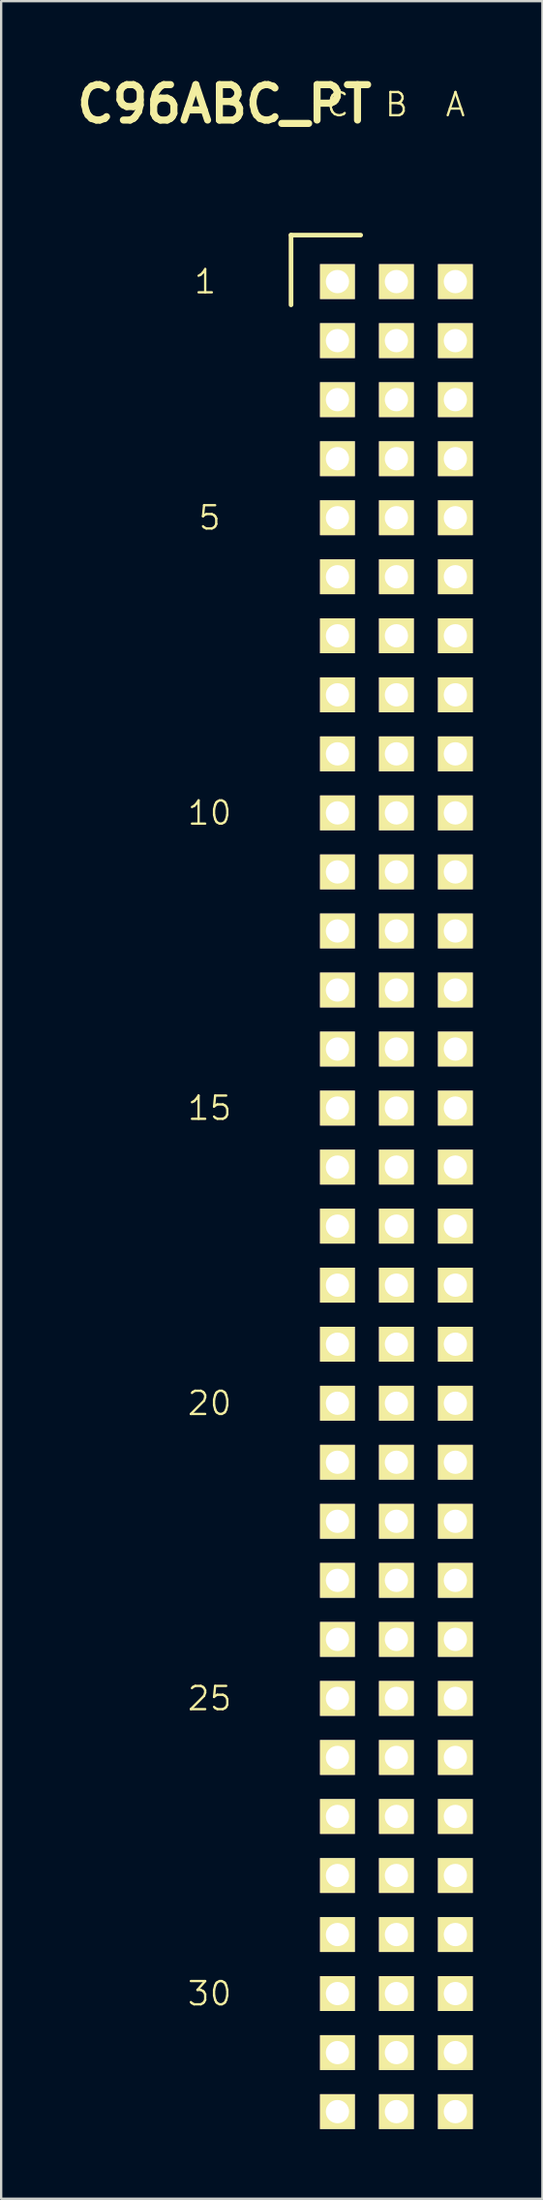
<source format=kicad_pcb>
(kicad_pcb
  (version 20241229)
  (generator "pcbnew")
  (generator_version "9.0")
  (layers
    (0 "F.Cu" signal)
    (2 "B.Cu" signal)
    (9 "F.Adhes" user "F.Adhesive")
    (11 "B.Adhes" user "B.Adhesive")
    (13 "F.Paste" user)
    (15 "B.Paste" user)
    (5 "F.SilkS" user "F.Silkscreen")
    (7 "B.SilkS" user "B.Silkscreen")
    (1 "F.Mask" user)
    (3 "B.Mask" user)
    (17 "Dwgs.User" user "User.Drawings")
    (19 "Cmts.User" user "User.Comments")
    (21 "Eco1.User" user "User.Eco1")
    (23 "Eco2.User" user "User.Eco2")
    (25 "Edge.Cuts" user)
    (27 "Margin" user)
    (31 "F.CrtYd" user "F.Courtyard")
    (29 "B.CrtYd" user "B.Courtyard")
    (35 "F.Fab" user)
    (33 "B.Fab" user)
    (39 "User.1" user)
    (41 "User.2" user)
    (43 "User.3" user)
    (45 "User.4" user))
  (footprint "C96ABC_PT"
    (layer "F.Cu")
    (at 11.488 9.066)
    (property "Reference" "C96ABC_PT" (at -4.869 -7.64 180) (layer "F.SilkS") (effects (font (size 1.524 1.524) (thickness 0.305))))
    (attr through_hole)
    (fp_line (start -2 -2) (end -2 1) (stroke (width 0.2) (type solid)) (layer "F.SilkS"))
    (fp_line (start 1 -2) (end -2 -2) (stroke (width 0.2) (type solid)) (layer "F.SilkS"))
    (fp_text user "5" (at -5.507 10.164 0) (layer "F.SilkS") (effects (font (size 1 1) (thickness 0.1))))
    (fp_text user "1" (at -5.697 0.004 0) (layer "F.SilkS") (effects (font (size 1 1) (thickness 0.1))))
    (fp_text user "A" (at 5.083 -7.616 0) (layer "F.SilkS") (effects (font (size 1 1) (thickness 0.1))))
    (fp_text user "B" (at 2.543 -7.616 0) (layer "F.SilkS") (effects (font (size 1 1) (thickness 0.1))))
    (fp_text user "20" (at -5.507 48.264 0) (layer "F.SilkS") (effects (font (size 1 1) (thickness 0.1))))
    (fp_text user "C" (at 0.003 -7.616 0) (layer "F.SilkS") (effects (font (size 1 1) (thickness 0.1))))
    (fp_text user "30" (at -5.507 73.664 0) (layer "F.SilkS") (effects (font (size 1 1) (thickness 0.1))))
    (fp_text user "10" (at -5.507 22.864 0) (layer "F.SilkS") (effects (font (size 1 1) (thickness 0.1))))
    (fp_text user "25" (at -5.507 60.964 0) (layer "F.SilkS") (effects (font (size 1 1) (thickness 0.1))))
    (fp_text user "15" (at -5.507 35.564 0) (layer "F.SilkS") (effects (font (size 1 1) (thickness 0.1))))
    (pad "A1" thru_hole rect (at 5.08 0) (size 1.5 1.5) (drill 1) (layers "*.Cu" "*.Mask" "F.SilkS"))
    (pad "A2" thru_hole rect (at 5.08 2.54) (size 1.5 1.5) (drill 1) (layers "*.Cu" "*.Mask" "F.SilkS"))
    (pad "A3" thru_hole rect (at 5.08 5.08) (size 1.5 1.5) (drill 1) (layers "*.Cu" "*.Mask" "F.SilkS"))
    (pad "A4" thru_hole rect (at 5.08 7.62) (size 1.5 1.5) (drill 1) (layers "*.Cu" "*.Mask" "F.SilkS"))
    (pad "A5" thru_hole rect (at 5.08 10.16) (size 1.5 1.5) (drill 1) (layers "*.Cu" "*.Mask" "F.SilkS"))
    (pad "A6" thru_hole rect (at 5.08 12.7) (size 1.5 1.5) (drill 1) (layers "*.Cu" "*.Mask" "F.SilkS"))
    (pad "A7" thru_hole rect (at 5.08 15.24) (size 1.5 1.5) (drill 1) (layers "*.Cu" "*.Mask" "F.SilkS"))
    (pad "A8" thru_hole rect (at 5.08 17.78) (size 1.5 1.5) (drill 1) (layers "*.Cu" "*.Mask" "F.SilkS"))
    (pad "A9" thru_hole rect (at 5.08 20.32) (size 1.5 1.5) (drill 1) (layers "*.Cu" "*.Mask" "F.SilkS"))
    (pad "A10" thru_hole rect (at 5.08 22.86) (size 1.5 1.5) (drill 1) (layers "*.Cu" "*.Mask" "F.SilkS"))
    (pad "A11" thru_hole rect (at 5.08 25.4) (size 1.5 1.5) (drill 1) (layers "*.Cu" "*.Mask" "F.SilkS"))
    (pad "A12" thru_hole rect (at 5.08 27.94) (size 1.5 1.5) (drill 1) (layers "*.Cu" "*.Mask" "F.SilkS"))
    (pad "A13" thru_hole rect (at 5.08 30.48) (size 1.5 1.5) (drill 1) (layers "*.Cu" "*.Mask" "F.SilkS"))
    (pad "A14" thru_hole rect (at 5.08 33.02) (size 1.5 1.5) (drill 1) (layers "*.Cu" "*.Mask" "F.SilkS"))
    (pad "A15" thru_hole rect (at 5.08 35.56) (size 1.5 1.5) (drill 1) (layers "*.Cu" "*.Mask" "F.SilkS"))
    (pad "A16" thru_hole rect (at 5.08 38.1) (size 1.5 1.5) (drill 1) (layers "*.Cu" "*.Mask" "F.SilkS"))
    (pad "A17" thru_hole rect (at 5.08 40.64) (size 1.5 1.5) (drill 1) (layers "*.Cu" "*.Mask" "F.SilkS"))
    (pad "A18" thru_hole rect (at 5.08 43.18) (size 1.5 1.5) (drill 1) (layers "*.Cu" "*.Mask" "F.SilkS"))
    (pad "A19" thru_hole rect (at 5.08 45.72) (size 1.5 1.5) (drill 1) (layers "*.Cu" "*.Mask" "F.SilkS"))
    (pad "A20" thru_hole rect (at 5.08 48.26) (size 1.5 1.5) (drill 1) (layers "*.Cu" "*.Mask" "F.SilkS"))
    (pad "A21" thru_hole rect (at 5.08 50.8) (size 1.5 1.5) (drill 1) (layers "*.Cu" "*.Mask" "F.SilkS"))
    (pad "A22" thru_hole rect (at 5.08 53.34) (size 1.5 1.5) (drill 1) (layers "*.Cu" "*.Mask" "F.SilkS"))
    (pad "A23" thru_hole rect (at 5.08 55.88) (size 1.5 1.5) (drill 1) (layers "*.Cu" "*.Mask" "F.SilkS"))
    (pad "A24" thru_hole rect (at 5.08 58.42) (size 1.5 1.5) (drill 1) (layers "*.Cu" "*.Mask" "F.SilkS"))
    (pad "A25" thru_hole rect (at 5.08 60.96) (size 1.5 1.5) (drill 1) (layers "*.Cu" "*.Mask" "F.SilkS"))
    (pad "A26" thru_hole rect (at 5.08 63.5) (size 1.5 1.5) (drill 1) (layers "*.Cu" "*.Mask" "F.SilkS"))
    (pad "A27" thru_hole rect (at 5.08 66.04) (size 1.5 1.5) (drill 1) (layers "*.Cu" "*.Mask" "F.SilkS"))
    (pad "A28" thru_hole rect (at 5.08 68.58) (size 1.5 1.5) (drill 1) (layers "*.Cu" "*.Mask" "F.SilkS"))
    (pad "A29" thru_hole rect (at 5.08 71.12) (size 1.5 1.5) (drill 1) (layers "*.Cu" "*.Mask" "F.SilkS"))
    (pad "A30" thru_hole rect (at 5.08 73.66) (size 1.5 1.5) (drill 1) (layers "*.Cu" "*.Mask" "F.SilkS"))
    (pad "A31" thru_hole rect (at 5.08 76.2) (size 1.5 1.5) (drill 1) (layers "*.Cu" "*.Mask" "F.SilkS"))
    (pad "A32" thru_hole rect (at 5.08 78.74) (size 1.5 1.5) (drill 1) (layers "*.Cu" "*.Mask" "F.SilkS"))
    (pad "B1" thru_hole rect (at 2.54 0) (size 1.5 1.5) (drill 1) (layers "*.Cu" "*.Mask" "F.SilkS"))
    (pad "B2" thru_hole rect (at 2.54 2.54) (size 1.5 1.5) (drill 1) (layers "*.Cu" "*.Mask" "F.SilkS"))
    (pad "B3" thru_hole rect (at 2.54 5.08) (size 1.5 1.5) (drill 1) (layers "*.Cu" "*.Mask" "F.SilkS"))
    (pad "B4" thru_hole rect (at 2.54 7.62) (size 1.5 1.5) (drill 1) (layers "*.Cu" "*.Mask" "F.SilkS"))
    (pad "B5" thru_hole rect (at 2.54 10.16) (size 1.5 1.5) (drill 1) (layers "*.Cu" "*.Mask" "F.SilkS"))
    (pad "B6" thru_hole rect (at 2.54 12.7) (size 1.5 1.5) (drill 1) (layers "*.Cu" "*.Mask" "F.SilkS"))
    (pad "B7" thru_hole rect (at 2.54 15.24) (size 1.5 1.5) (drill 1) (layers "*.Cu" "*.Mask" "F.SilkS"))
    (pad "B8" thru_hole rect (at 2.54 17.78) (size 1.5 1.5) (drill 1) (layers "*.Cu" "*.Mask" "F.SilkS"))
    (pad "B9" thru_hole rect (at 2.54 20.32) (size 1.5 1.5) (drill 1) (layers "*.Cu" "*.Mask" "F.SilkS"))
    (pad "B10" thru_hole rect (at 2.54 22.86) (size 1.5 1.5) (drill 1) (layers "*.Cu" "*.Mask" "F.SilkS"))
    (pad "B11" thru_hole rect (at 2.54 25.4) (size 1.5 1.5) (drill 1) (layers "*.Cu" "*.Mask" "F.SilkS"))
    (pad "B12" thru_hole rect (at 2.54 27.94) (size 1.5 1.5) (drill 1) (layers "*.Cu" "*.Mask" "F.SilkS"))
    (pad "B13" thru_hole rect (at 2.54 30.48) (size 1.5 1.5) (drill 1) (layers "*.Cu" "*.Mask" "F.SilkS"))
    (pad "B14" thru_hole rect (at 2.54 33.02) (size 1.5 1.5) (drill 1) (layers "*.Cu" "*.Mask" "F.SilkS"))
    (pad "B15" thru_hole rect (at 2.54 35.56) (size 1.5 1.5) (drill 1) (layers "*.Cu" "*.Mask" "F.SilkS"))
    (pad "B16" thru_hole rect (at 2.54 38.1) (size 1.5 1.5) (drill 1) (layers "*.Cu" "*.Mask" "F.SilkS"))
    (pad "B17" thru_hole rect (at 2.54 40.64) (size 1.5 1.5) (drill 1) (layers "*.Cu" "*.Mask" "F.SilkS"))
    (pad "B18" thru_hole rect (at 2.54 43.18) (size 1.5 1.5) (drill 1) (layers "*.Cu" "*.Mask" "F.SilkS"))
    (pad "B19" thru_hole rect (at 2.54 45.72) (size 1.5 1.5) (drill 1) (layers "*.Cu" "*.Mask" "F.SilkS"))
    (pad "B20" thru_hole rect (at 2.54 48.26) (size 1.5 1.5) (drill 1) (layers "*.Cu" "*.Mask" "F.SilkS"))
    (pad "B21" thru_hole rect (at 2.54 50.8) (size 1.5 1.5) (drill 1) (layers "*.Cu" "*.Mask" "F.SilkS"))
    (pad "B22" thru_hole rect (at 2.54 53.34) (size 1.5 1.5) (drill 1) (layers "*.Cu" "*.Mask" "F.SilkS"))
    (pad "B23" thru_hole rect (at 2.54 55.88) (size 1.5 1.5) (drill 1) (layers "*.Cu" "*.Mask" "F.SilkS"))
    (pad "B24" thru_hole rect (at 2.54 58.42) (size 1.5 1.5) (drill 1) (layers "*.Cu" "*.Mask" "F.SilkS"))
    (pad "B25" thru_hole rect (at 2.54 60.96) (size 1.5 1.5) (drill 1) (layers "*.Cu" "*.Mask" "F.SilkS"))
    (pad "B26" thru_hole rect (at 2.54 63.5) (size 1.5 1.5) (drill 1) (layers "*.Cu" "*.Mask" "F.SilkS"))
    (pad "B27" thru_hole rect (at 2.54 66.04) (size 1.5 1.5) (drill 1) (layers "*.Cu" "*.Mask" "F.SilkS"))
    (pad "B28" thru_hole rect (at 2.54 68.58) (size 1.5 1.5) (drill 1) (layers "*.Cu" "*.Mask" "F.SilkS"))
    (pad "B29" thru_hole rect (at 2.54 71.12) (size 1.5 1.5) (drill 1) (layers "*.Cu" "*.Mask" "F.SilkS"))
    (pad "B30" thru_hole rect (at 2.54 73.66) (size 1.5 1.5) (drill 1) (layers "*.Cu" "*.Mask" "F.SilkS"))
    (pad "B31" thru_hole rect (at 2.54 76.2) (size 1.5 1.5) (drill 1) (layers "*.Cu" "*.Mask" "F.SilkS"))
    (pad "B32" thru_hole rect (at 2.54 78.74) (size 1.5 1.5) (drill 1) (layers "*.Cu" "*.Mask" "F.SilkS"))
    (pad "C1" thru_hole rect (at 0 0) (size 1.5 1.5) (drill 1) (layers "*.Cu" "*.Mask" "F.SilkS"))
    (pad "C2" thru_hole rect (at 0 2.54) (size 1.5 1.5) (drill 1) (layers "*.Cu" "*.Mask" "F.SilkS"))
    (pad "C3" thru_hole rect (at 0 5.08) (size 1.5 1.5) (drill 1) (layers "*.Cu" "*.Mask" "F.SilkS"))
    (pad "C4" thru_hole rect (at 0 7.62) (size 1.5 1.5) (drill 1) (layers "*.Cu" "*.Mask" "F.SilkS"))
    (pad "C5" thru_hole rect (at 0 10.16) (size 1.5 1.5) (drill 1) (layers "*.Cu" "*.Mask" "F.SilkS"))
    (pad "C6" thru_hole rect (at 0 12.7) (size 1.5 1.5) (drill 1) (layers "*.Cu" "*.Mask" "F.SilkS"))
    (pad "C7" thru_hole rect (at 0 15.24) (size 1.5 1.5) (drill 1) (layers "*.Cu" "*.Mask" "F.SilkS"))
    (pad "C8" thru_hole rect (at 0 17.78) (size 1.5 1.5) (drill 1) (layers "*.Cu" "*.Mask" "F.SilkS"))
    (pad "C9" thru_hole rect (at 0 20.32) (size 1.5 1.5) (drill 1) (layers "*.Cu" "*.Mask" "F.SilkS"))
    (pad "C10" thru_hole rect (at 0 22.86) (size 1.5 1.5) (drill 1) (layers "*.Cu" "*.Mask" "F.SilkS"))
    (pad "C11" thru_hole rect (at 0 25.4) (size 1.5 1.5) (drill 1) (layers "*.Cu" "*.Mask" "F.SilkS"))
    (pad "C12" thru_hole rect (at 0 27.94) (size 1.5 1.5) (drill 1) (layers "*.Cu" "*.Mask" "F.SilkS"))
    (pad "C13" thru_hole rect (at 0 30.48) (size 1.5 1.5) (drill 1) (layers "*.Cu" "*.Mask" "F.SilkS"))
    (pad "C14" thru_hole rect (at 0 33.02) (size 1.5 1.5) (drill 1) (layers "*.Cu" "*.Mask" "F.SilkS"))
    (pad "C15" thru_hole rect (at 0 35.56) (size 1.5 1.5) (drill 1) (layers "*.Cu" "*.Mask" "F.SilkS"))
    (pad "C16" thru_hole rect (at 0 38.1) (size 1.5 1.5) (drill 1) (layers "*.Cu" "*.Mask" "F.SilkS"))
    (pad "C17" thru_hole rect (at 0 40.64) (size 1.5 1.5) (drill 1) (layers "*.Cu" "*.Mask" "F.SilkS"))
    (pad "C18" thru_hole rect (at 0 43.18) (size 1.5 1.5) (drill 1) (layers "*.Cu" "*.Mask" "F.SilkS"))
    (pad "C19" thru_hole rect (at 0 45.72) (size 1.5 1.5) (drill 1) (layers "*.Cu" "*.Mask" "F.SilkS"))
    (pad "C20" thru_hole rect (at 0 48.26) (size 1.5 1.5) (drill 1) (layers "*.Cu" "*.Mask" "F.SilkS"))
    (pad "C21" thru_hole rect (at 0 50.8) (size 1.5 1.5) (drill 1) (layers "*.Cu" "*.Mask" "F.SilkS"))
    (pad "C22" thru_hole rect (at 0 53.34) (size 1.5 1.5) (drill 1) (layers "*.Cu" "*.Mask" "F.SilkS"))
    (pad "C23" thru_hole rect (at 0 55.88) (size 1.5 1.5) (drill 1) (layers "*.Cu" "*.Mask" "F.SilkS"))
    (pad "C24" thru_hole rect (at 0 58.42) (size 1.5 1.5) (drill 1) (layers "*.Cu" "*.Mask" "F.SilkS"))
    (pad "C25" thru_hole rect (at 0 60.96) (size 1.5 1.5) (drill 1) (layers "*.Cu" "*.Mask" "F.SilkS"))
    (pad "C26" thru_hole rect (at 0 63.5) (size 1.5 1.5) (drill 1) (layers "*.Cu" "*.Mask" "F.SilkS"))
    (pad "C27" thru_hole rect (at 0 66.04) (size 1.5 1.5) (drill 1) (layers "*.Cu" "*.Mask" "F.SilkS"))
    (pad "C28" thru_hole rect (at 0 68.58) (size 1.5 1.5) (drill 1) (layers "*.Cu" "*.Mask" "F.SilkS"))
    (pad "C29" thru_hole rect (at 0 71.12) (size 1.5 1.5) (drill 1) (layers "*.Cu" "*.Mask" "F.SilkS"))
    (pad "C30" thru_hole rect (at 0 73.66) (size 1.5 1.5) (drill 1) (layers "*.Cu" "*.Mask" "F.SilkS"))
    (pad "C31" thru_hole rect (at 0 76.2) (size 1.5 1.5) (drill 1) (layers "*.Cu" "*.Mask" "F.SilkS"))
    (pad "C32" thru_hole rect (at 0 78.74) (size 1.5 1.5) (drill 1) (layers "*.Cu" "*.Mask" "F.SilkS")))
  (gr_rect
    (start -3 -3)
    (end 20.318 91.556)
    (stroke (width 0.1) (type default))
    (fill no)
    (layer "Edge.Cuts")))
</source>
